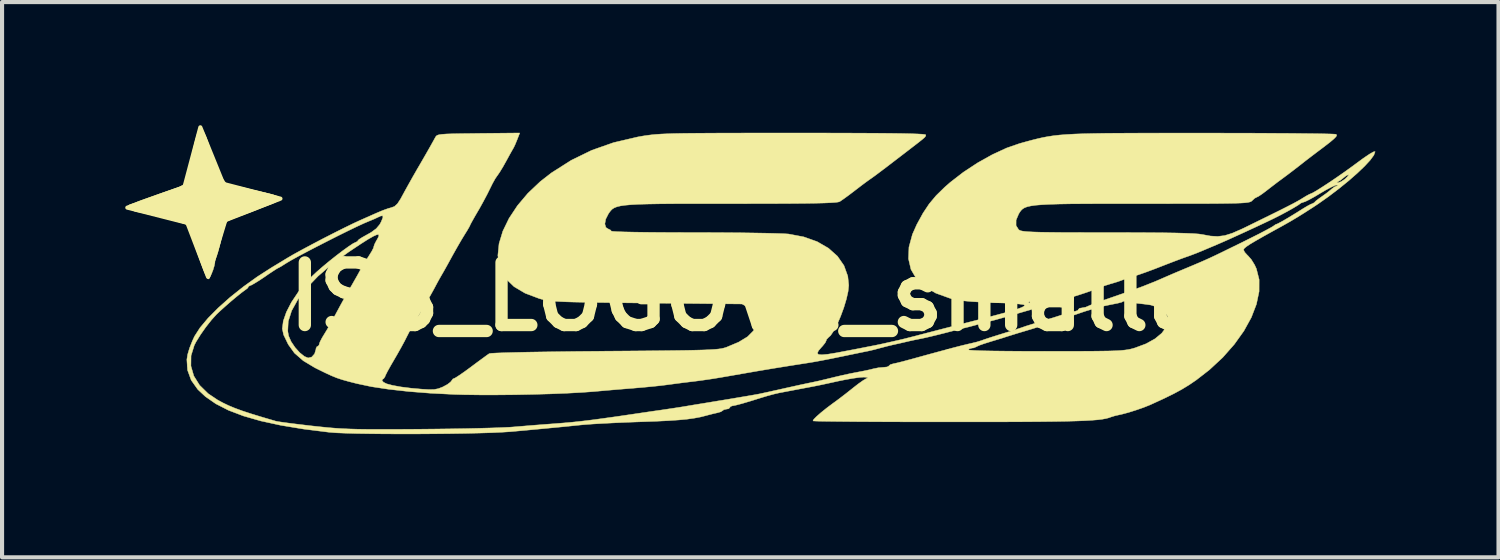
<source format=kicad_pcb>
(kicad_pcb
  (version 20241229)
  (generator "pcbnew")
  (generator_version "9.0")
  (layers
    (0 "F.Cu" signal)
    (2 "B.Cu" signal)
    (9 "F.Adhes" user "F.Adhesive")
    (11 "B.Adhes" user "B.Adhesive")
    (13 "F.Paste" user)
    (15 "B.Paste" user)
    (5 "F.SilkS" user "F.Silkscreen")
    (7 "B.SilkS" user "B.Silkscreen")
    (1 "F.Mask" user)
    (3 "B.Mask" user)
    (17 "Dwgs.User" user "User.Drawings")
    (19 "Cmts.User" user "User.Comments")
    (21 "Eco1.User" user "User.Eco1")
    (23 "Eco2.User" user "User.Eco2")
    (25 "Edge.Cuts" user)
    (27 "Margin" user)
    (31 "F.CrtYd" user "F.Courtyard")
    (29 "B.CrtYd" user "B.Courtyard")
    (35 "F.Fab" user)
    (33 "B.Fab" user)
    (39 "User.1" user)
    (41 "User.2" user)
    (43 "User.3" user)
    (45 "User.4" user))
  (footprint "ISS_LOGOV2_smaller"
    (layer "F.Cu")
    (at 15.585 4.175)
    (property "Reference" "ISS_LOGOV2_smaller" (at 0 0 0) (layer "F.SilkS") (effects (font (size 1.524 1.524) (thickness 0.3))))
    (attr through_hole)
    (fp_poly (pts (xy -13.198 -2.748) (xy -11.806 -2.388) (xy -13.147 -1.864) (xy -13.569 -0.483) (xy -14.072 -1.798) (xy -15.535 -2.169) (xy -14.143 -2.672) (xy -13.757 -4.125)) (stroke (width 0.1) (type solid)) (fill yes) (layer "F.SilkS"))
    (fp_poly (pts (xy -13.682 -4.026) (xy -13.62 -3.898) (xy -13.576 -3.775) (xy -13.528 -3.635) (xy -13.48 -3.506) (xy -13.461 -3.458) (xy -13.422 -3.363) (xy -13.367 -3.224) (xy -13.308 -3.071) (xy -13.307 -3.067) (xy -13.223 -2.883) (xy -13.132 -2.767) (xy -13.023 -2.708) (xy -12.923 -2.696) (xy -12.844 -2.686) (xy -12.723 -2.661) (xy -12.647 -2.642) (xy -12.489 -2.602) (xy -12.307 -2.561) (xy -12.212 -2.54) (xy -12.012 -2.492) (xy -11.878 -2.444) (xy -11.815 -2.396) (xy -11.812 -2.372) (xy -11.852 -2.34) (xy -11.946 -2.293) (xy -12.073 -2.24) (xy -12.076 -2.239) (xy -12.217 -2.185) (xy -12.337 -2.138) (xy -12.407 -2.11) (xy -12.48 -2.081) (xy -12.603 -2.035) (xy -12.751 -1.981) (xy -12.778 -1.971) (xy -12.922 -1.917) (xy -13.038 -1.869) (xy -13.106 -1.836) (xy -13.113 -1.832) (xy -13.139 -1.782) (xy -13.176 -1.674) (xy -13.217 -1.526) (xy -13.244 -1.418) (xy -13.285 -1.248) (xy -13.324 -1.102) (xy -13.356 -1) (xy -13.368 -0.968) (xy -13.399 -0.874) (xy -13.403 -0.832) (xy -13.417 -0.753) (xy -13.449 -0.647) (xy -13.492 -0.541) (xy -13.533 -0.46) (xy -13.562 -0.43) (xy -13.591 -0.463) (xy -13.636 -0.551) (xy -13.679 -0.655) (xy -13.728 -0.787) (xy -13.793 -0.967) (xy -13.864 -1.167) (xy -13.911 -1.302) (xy -13.972 -1.473) (xy -14.027 -1.617) (xy -14.07 -1.717) (xy -14.092 -1.757) (xy -14.139 -1.776) (xy -14.247 -1.809) (xy -14.398 -1.851) (xy -14.577 -1.899) (xy -14.767 -1.947) (xy -14.953 -1.993) (xy -15.118 -2.032) (xy -15.246 -2.059) (xy -15.32 -2.071) (xy -15.326 -2.071) (xy -15.394 -2.098) (xy -15.454 -2.148) (xy -15.501 -2.206) (xy -15.498 -2.217) (xy -15.322 -2.217) (xy -15.286 -2.195) (xy -15.185 -2.161) (xy -15.025 -2.117) (xy -14.813 -2.066) (xy -14.576 -2.013) (xy -14.387 -1.97) (xy -14.225 -1.927) (xy -14.106 -1.891) (xy -14.046 -1.864) (xy -14.043 -1.862) (xy -14.014 -1.81) (xy -13.964 -1.7) (xy -13.9 -1.547) (xy -13.829 -1.366) (xy -13.815 -1.329) (xy -13.743 -1.138) (xy -13.678 -0.967) (xy -13.626 -0.831) (xy -13.595 -0.749) (xy -13.592 -0.743) (xy -13.553 -0.645) (xy -13.498 -0.777) (xy -13.46 -0.892) (xy -13.443 -0.994) (xy -13.442 -0.999) (xy -13.427 -1.111) (xy -13.407 -1.18) (xy -13.383 -1.263) (xy -13.353 -1.395) (xy -13.323 -1.548) (xy -13.323 -1.552) (xy -13.29 -1.709) (xy -13.247 -1.823) (xy -13.18 -1.906) (xy -13.074 -1.973) (xy -12.916 -2.036) (xy -12.759 -2.087) (xy -12.597 -2.139) (xy -12.458 -2.186) (xy -12.363 -2.221) (xy -12.339 -2.232) (xy -12.249 -2.262) (xy -12.209 -2.266) (xy -12.155 -2.283) (xy -12.096 -2.32) (xy -12.055 -2.359) (xy -12.054 -2.383) (xy -12.062 -2.385) (xy -12.137 -2.396) (xy -12.264 -2.425) (xy -12.428 -2.468) (xy -12.612 -2.518) (xy -12.801 -2.573) (xy -12.979 -2.627) (xy -13.13 -2.676) (xy -13.239 -2.715) (xy -13.289 -2.739) (xy -13.29 -2.741) (xy -13.319 -2.806) (xy -13.359 -2.918) (xy -13.388 -3.009) (xy -13.453 -3.209) (xy -13.53 -3.411) (xy -13.631 -3.645) (xy -13.659 -3.706) (xy -13.738 -3.881) (xy -13.788 -3.709) (xy -13.829 -3.572) (xy -13.867 -3.444) (xy -13.875 -3.416) (xy -13.901 -3.303) (xy -13.911 -3.214) (xy -13.926 -3.138) (xy -13.945 -3.11) (xy -13.971 -3.061) (xy -13.995 -2.965) (xy -14 -2.93) (xy -14.038 -2.776) (xy -14.1 -2.656) (xy -14.176 -2.588) (xy -14.215 -2.579) (xy -14.3 -2.561) (xy -14.38 -2.529) (xy -14.465 -2.493) (xy -14.598 -2.445) (xy -14.752 -2.394) (xy -14.771 -2.388) (xy -14.92 -2.34) (xy -15.046 -2.297) (xy -15.125 -2.266) (xy -15.132 -2.262) (xy -15.228 -2.233) (xy -15.288 -2.226) (xy -15.322 -2.217) (xy -15.498 -2.217) (xy -15.492 -2.233) (xy -15.45 -2.25) (xy -15.35 -2.286) (xy -15.299 -2.307) (xy -15.231 -2.333) (xy -15.107 -2.378) (xy -14.946 -2.435) (xy -14.766 -2.499) (xy -14.585 -2.562) (xy -14.421 -2.618) (xy -14.293 -2.661) (xy -14.272 -2.668) (xy -14.165 -2.728) (xy -14.122 -2.811) (xy -14.092 -2.932) (xy -14.069 -3.009) (xy -14.043 -3.103) (xy -14.011 -3.236) (xy -13.992 -3.322) (xy -13.932 -3.589) (xy -13.879 -3.807) (xy -13.833 -3.968) (xy -13.798 -4.064) (xy -13.785 -4.084) (xy -13.739 -4.09) (xy -13.682 -4.026)) (stroke (width 0.01) (type solid)) (fill yes) (layer "F.SilkS"))
    (fp_poly (pts (xy -6.044 -3.82) (xy -6.089 -3.711) (xy -6.126 -3.632) (xy -6.136 -3.615) (xy -6.166 -3.563) (xy -6.222 -3.463) (xy -6.293 -3.333) (xy -6.31 -3.302) (xy -6.389 -3.161) (xy -6.464 -3.038) (xy -6.519 -2.957) (xy -6.525 -2.95) (xy -6.577 -2.874) (xy -6.644 -2.754) (xy -6.701 -2.638) (xy -6.773 -2.493) (xy -6.868 -2.314) (xy -6.969 -2.132) (xy -7 -2.08) (xy -7.082 -1.939) (xy -7.146 -1.825) (xy -7.184 -1.754) (xy -7.19 -1.738) (xy -7.209 -1.699) (xy -7.259 -1.613) (xy -7.32 -1.515) (xy -7.398 -1.387) (xy -7.496 -1.218) (xy -7.598 -1.037) (xy -7.642 -0.957) (xy -7.728 -0.8) (xy -7.805 -0.662) (xy -7.862 -0.562) (xy -7.882 -0.528) (xy -7.938 -0.43) (xy -7.981 -0.352) (xy -8.07 -0.185) (xy -8.184 0.021) (xy -8.309 0.239) (xy -8.428 0.442) (xy -8.491 0.544) (xy -8.582 0.698) (xy -8.669 0.855) (xy -8.73 0.974) (xy -8.785 1.083) (xy -8.868 1.236) (xy -8.966 1.41) (xy -9.037 1.532) (xy -9.127 1.687) (xy -9.2 1.818) (xy -9.247 1.911) (xy -9.261 1.948) (xy -9.292 1.995) (xy -9.31 2.005) (xy -9.336 2.032) (xy -9.3 2.08) (xy -9.222 2.12) (xy -9.076 2.159) (xy -8.873 2.196) (xy -8.621 2.228) (xy -8.361 2.251) (xy -8.185 2.261) (xy -8.061 2.258) (xy -7.962 2.239) (xy -7.861 2.2) (xy -7.848 2.194) (xy -7.739 2.135) (xy -7.664 2.077) (xy -7.645 2.053) (xy -7.605 2) (xy -7.583 1.993) (xy -7.539 1.971) (xy -7.445 1.91) (xy -7.317 1.821) (xy -7.167 1.711) (xy -7.162 1.707) (xy -7.009 1.593) (xy -6.875 1.495) (xy -6.774 1.421) (xy -6.721 1.385) (xy -6.672 1.378) (xy -6.55 1.371) (xy -6.359 1.364) (xy -6.106 1.357) (xy -5.796 1.35) (xy -5.432 1.344) (xy -5.021 1.338) (xy -4.568 1.332) (xy -4.077 1.328) (xy -3.908 1.326) (xy -3.375 1.322) (xy -2.915 1.318) (xy -2.522 1.314) (xy -2.189 1.31) (xy -1.912 1.306) (xy -1.683 1.301) (xy -1.498 1.296) (xy -1.35 1.289) (xy -1.234 1.282) (xy -1.144 1.274) (xy -1.074 1.264) (xy -1.018 1.252) (xy -0.971 1.239) (xy -0.938 1.227) (xy -0.648 1.105) (xy -0.432 0.974) (xy -0.288 0.829) (xy -0.212 0.668) (xy -0.202 0.488) (xy -0.202 0.484) (xy -0.23 0.401) (xy -0.302 0.33) (xy -0.391 0.275) (xy -0.567 0.177) (xy -2.892 0.154) (xy -3.377 0.149) (xy -3.791 0.144) (xy -4.14 0.14) (xy -4.431 0.135) (xy -4.67 0.13) (xy -4.864 0.124) (xy -5.019 0.117) (xy -5.143 0.11) (xy -5.241 0.1) (xy -5.321 0.089) (xy -5.388 0.075) (xy -5.45 0.06) (xy -5.506 0.044) (xy -5.848 -0.085) (xy -6.118 -0.245) (xy -6.318 -0.439) (xy -6.448 -0.664) (xy -6.474 -0.74) (xy -6.512 -1.006) (xy -6.483 -1.294) (xy -6.391 -1.597) (xy -6.24 -1.908) (xy -6.035 -2.218) (xy -5.781 -2.519) (xy -5.481 -2.803) (xy -5.209 -3.015) (xy -4.726 -3.322) (xy -4.226 -3.566) (xy -3.694 -3.753) (xy -3.113 -3.889) (xy -3.016 -3.907) (xy -2.929 -3.921) (xy -2.844 -3.933) (xy -2.754 -3.944) (xy -2.654 -3.953) (xy -2.538 -3.961) (xy -2.4 -3.967) (xy -2.234 -3.973) (xy -2.036 -3.977) (xy -1.799 -3.98) (xy -1.517 -3.982) (xy -1.185 -3.984) (xy -0.797 -3.985) (xy -0.347 -3.986) (xy 0.171 -3.986) (xy 0.678 -3.986) (xy 1.297 -3.986) (xy 1.841 -3.985) (xy 2.313 -3.983) (xy 2.716 -3.981) (xy 3.055 -3.978) (xy 3.332 -3.974) (xy 3.551 -3.969) (xy 3.715 -3.963) (xy 3.826 -3.957) (xy 3.89 -3.949) (xy 3.908 -3.941) (xy 3.907 -3.922) (xy 3.899 -3.903) (xy 3.875 -3.875) (xy 3.825 -3.832) (xy 3.74 -3.764) (xy 3.612 -3.665) (xy 3.434 -3.528) (xy 3.169 -3.325) (xy 2.959 -3.164) (xy 2.796 -3.041) (xy 2.676 -2.951) (xy 2.59 -2.889) (xy 2.538 -2.853) (xy 2.467 -2.802) (xy 2.355 -2.719) (xy 2.222 -2.617) (xy 2.172 -2.579) (xy 2.037 -2.476) (xy 1.915 -2.387) (xy 1.828 -2.327) (xy 1.808 -2.315) (xy 1.772 -2.305) (xy 1.701 -2.296) (xy 1.59 -2.289) (xy 1.434 -2.282) (xy 1.23 -2.277) (xy 0.971 -2.273) (xy 0.654 -2.27) (xy 0.274 -2.268) (xy -0.174 -2.267) (xy -0.694 -2.266) (xy -0.833 -2.266) (xy -1.369 -2.266) (xy -1.833 -2.266) (xy -2.23 -2.265) (xy -2.566 -2.262) (xy -2.847 -2.257) (xy -3.077 -2.251) (xy -3.263 -2.241) (xy -3.41 -2.228) (xy -3.523 -2.212) (xy -3.61 -2.191) (xy -3.674 -2.166) (xy -3.723 -2.136) (xy -3.76 -2.1) (xy -3.793 -2.058) (xy -3.82 -2.019) (xy -3.886 -1.889) (xy -3.907 -1.772) (xy -3.881 -1.686) (xy -3.83 -1.653) (xy -3.766 -1.622) (xy -3.751 -1.598) (xy -3.713 -1.591) (xy -3.604 -1.584) (xy -3.43 -1.578) (xy -3.197 -1.573) (xy -2.914 -1.569) (xy -2.585 -1.566) (xy -2.218 -1.564) (xy -1.82 -1.563) (xy -1.749 -1.563) (xy -1.349 -1.562) (xy -0.963 -1.56) (xy -0.6 -1.557) (xy -0.269 -1.552) (xy 0.021 -1.547) (xy 0.26 -1.541) (xy 0.441 -1.535) (xy 0.555 -1.528) (xy 0.567 -1.527) (xy 0.937 -1.457) (xy 1.263 -1.341) (xy 1.538 -1.182) (xy 1.757 -0.987) (xy 1.916 -0.758) (xy 2.009 -0.5) (xy 2.032 -0.279) (xy 2.016 -0.127) (xy 1.974 0.06) (xy 1.912 0.266) (xy 1.835 0.475) (xy 1.752 0.669) (xy 1.667 0.831) (xy 1.589 0.946) (xy 1.54 0.989) (xy 1.491 1.041) (xy 1.485 1.065) (xy 1.46 1.119) (xy 1.396 1.2) (xy 1.369 1.229) (xy 1.295 1.314) (xy 1.269 1.373) (xy 1.294 1.406) (xy 1.378 1.414) (xy 1.525 1.4) (xy 1.74 1.365) (xy 1.839 1.346) (xy 2.133 1.29) (xy 2.361 1.246) (xy 2.537 1.211) (xy 2.672 1.185) (xy 2.778 1.163) (xy 2.867 1.144) (xy 2.911 1.134) (xy 3.054 1.102) (xy 3.211 1.066) (xy 3.243 1.059) (xy 3.383 1.026) (xy 3.551 0.983) (xy 3.654 0.957) (xy 3.754 0.93) (xy 3.918 0.888) (xy 4.132 0.832) (xy 4.383 0.767) (xy 4.66 0.696) (xy 4.943 0.624) (xy 5.309 0.53) (xy 5.606 0.452) (xy 5.841 0.389) (xy 6.02 0.337) (xy 6.15 0.296) (xy 6.239 0.263) (xy 6.292 0.236) (xy 6.317 0.212) (xy 6.321 0.206) (xy 6.287 0.192) (xy 6.184 0.178) (xy 6.021 0.165) (xy 5.805 0.153) (xy 5.56 0.144) (xy 5.384 0.137) (xy 6.409 0.137) (xy 6.428 0.156) (xy 6.448 0.137) (xy 6.428 0.117) (xy 6.409 0.137) (xy 5.384 0.137) (xy 5.257 0.132) (xy 5.018 0.118) (xy 4.828 0.1) (xy 4.672 0.078) (xy 4.537 0.049) (xy 4.494 0.037) (xy 4.153 -0.086) (xy 3.882 -0.245) (xy 3.679 -0.439) (xy 3.547 -0.665) (xy 3.487 -0.923) (xy 3.498 -1.208) (xy 3.583 -1.52) (xy 3.689 -1.758) (xy 3.84 -2.034) (xy 3.991 -2.261) (xy 4.161 -2.464) (xy 4.369 -2.667) (xy 4.505 -2.786) (xy 4.822 -3.031) (xy 5.17 -3.26) (xy 5.528 -3.46) (xy 5.876 -3.621) (xy 6.194 -3.731) (xy 6.352 -3.775) (xy 6.493 -3.813) (xy 6.625 -3.846) (xy 6.752 -3.875) (xy 6.88 -3.899) (xy 7.017 -3.92) (xy 7.167 -3.937) (xy 7.336 -3.95) (xy 7.531 -3.961) (xy 7.757 -3.969) (xy 8.021 -3.975) (xy 8.328 -3.98) (xy 8.685 -3.982) (xy 9.097 -3.984) (xy 9.57 -3.984) (xy 10.111 -3.985) (xy 10.609 -3.985) (xy 11.107 -3.984) (xy 11.582 -3.983) (xy 12.029 -3.982) (xy 12.442 -3.979) (xy 12.816 -3.977) (xy 13.144 -3.973) (xy 13.421 -3.97) (xy 13.64 -3.966) (xy 13.796 -3.962) (xy 13.884 -3.957) (xy 13.9 -3.954) (xy 13.914 -3.933) (xy 13.899 -3.899) (xy 13.848 -3.846) (xy 13.754 -3.766) (xy 13.611 -3.655) (xy 13.411 -3.505) (xy 13.401 -3.497) (xy 13.286 -3.41) (xy 13.143 -3.3) (xy 13.021 -3.204) (xy 12.874 -3.09) (xy 12.719 -2.972) (xy 12.61 -2.891) (xy 12.473 -2.79) (xy 12.316 -2.67) (xy 12.212 -2.589) (xy 12.101 -2.505) (xy 12.013 -2.446) (xy 11.966 -2.423) (xy 11.966 -2.423) (xy 11.916 -2.397) (xy 11.86 -2.345) (xy 11.844 -2.329) (xy 11.823 -2.316) (xy 11.792 -2.305) (xy 11.743 -2.295) (xy 11.673 -2.287) (xy 11.575 -2.281) (xy 11.443 -2.276) (xy 11.271 -2.273) (xy 11.055 -2.27) (xy 10.788 -2.268) (xy 10.465 -2.267) (xy 10.079 -2.267) (xy 9.626 -2.266) (xy 9.204 -2.266) (xy 8.661 -2.266) (xy 8.19 -2.266) (xy 7.787 -2.264) (xy 7.445 -2.262) (xy 7.159 -2.257) (xy 6.924 -2.25) (xy 6.734 -2.24) (xy 6.583 -2.228) (xy 6.466 -2.211) (xy 6.378 -2.191) (xy 6.312 -2.166) (xy 6.264 -2.136) (xy 6.227 -2.1) (xy 6.197 -2.059) (xy 6.171 -2.017) (xy 6.107 -1.866) (xy 6.106 -1.734) (xy 6.168 -1.635) (xy 6.183 -1.624) (xy 6.21 -1.61) (xy 6.253 -1.599) (xy 6.318 -1.59) (xy 6.412 -1.582) (xy 6.542 -1.576) (xy 6.712 -1.571) (xy 6.93 -1.568) (xy 7.201 -1.565) (xy 7.533 -1.564) (xy 7.931 -1.563) (xy 8.346 -1.563) (xy 8.867 -1.562) (xy 9.313 -1.56) (xy 9.688 -1.557) (xy 9.996 -1.552) (xy 10.242 -1.545) (xy 10.428 -1.537) (xy 10.558 -1.527) (xy 10.633 -1.516) (xy 10.84 -1.478) (xy 11.016 -1.468) (xy 11.186 -1.489) (xy 11.369 -1.546) (xy 11.589 -1.642) (xy 11.668 -1.679) (xy 12.014 -1.849) (xy 12.297 -1.988) (xy 12.526 -2.101) (xy 12.706 -2.192) (xy 12.846 -2.264) (xy 12.953 -2.322) (xy 13.034 -2.368) (xy 13.08 -2.397) (xy 13.179 -2.457) (xy 13.248 -2.494) (xy 13.265 -2.501) (xy 13.318 -2.523) (xy 13.422 -2.582) (xy 13.566 -2.673) (xy 13.736 -2.784) (xy 13.913 -2.784) (xy 13.95 -2.778) (xy 14.017 -2.8) (xy 14.105 -2.858) (xy 14.123 -2.872) (xy 14.185 -2.933) (xy 14.204 -2.967) (xy 14.198 -2.97) (xy 14.144 -2.946) (xy 14.083 -2.898) (xy 14.003 -2.834) (xy 13.949 -2.803) (xy 13.913 -2.784) (xy 13.736 -2.784) (xy 13.738 -2.785) (xy 13.926 -2.913) (xy 14.118 -3.047) (xy 14.304 -3.181) (xy 14.371 -3.231) (xy 14.566 -3.374) (xy 14.713 -3.473) (xy 14.808 -3.527) (xy 14.848 -3.534) (xy 14.849 -3.53) (xy 14.818 -3.446) (xy 14.73 -3.326) (xy 14.593 -3.178) (xy 14.415 -3.008) (xy 14.205 -2.824) (xy 13.971 -2.634) (xy 13.72 -2.443) (xy 13.461 -2.26) (xy 13.339 -2.179) (xy 13.129 -2.044) (xy 12.952 -1.934) (xy 12.781 -1.832) (xy 12.59 -1.724) (xy 12.397 -1.618) (xy 12.139 -1.475) (xy 11.943 -1.363) (xy 11.802 -1.279) (xy 11.71 -1.217) (xy 11.66 -1.173) (xy 11.645 -1.143) (xy 11.645 -1.143) (xy 11.673 -1.084) (xy 11.741 -1.009) (xy 11.757 -0.994) (xy 11.835 -0.905) (xy 11.915 -0.775) (xy 11.958 -0.682) (xy 12.025 -0.418) (xy 12.024 -0.127) (xy 11.959 0.183) (xy 11.835 0.505) (xy 11.654 0.833) (xy 11.421 1.159) (xy 11.14 1.478) (xy 10.813 1.781) (xy 10.492 2.03) (xy 10.32 2.147) (xy 10.143 2.255) (xy 9.945 2.362) (xy 9.709 2.478) (xy 9.419 2.611) (xy 9.359 2.638) (xy 9.211 2.697) (xy 9.03 2.76) (xy 8.846 2.818) (xy 8.689 2.86) (xy 8.636 2.872) (xy 8.519 2.898) (xy 8.424 2.927) (xy 8.421 2.928) (xy 8.363 2.949) (xy 8.293 2.967) (xy 8.205 2.983) (xy 8.094 2.997) (xy 7.956 3.008) (xy 7.786 3.018) (xy 7.578 3.026) (xy 7.328 3.033) (xy 7.031 3.038) (xy 6.682 3.042) (xy 6.276 3.045) (xy 5.808 3.047) (xy 5.273 3.048) (xy 4.667 3.048) (xy 4.48 3.048) (xy 3.979 3.048) (xy 3.501 3.047) (xy 3.052 3.046) (xy 2.636 3.044) (xy 2.26 3.042) (xy 1.93 3.039) (xy 1.651 3.036) (xy 1.43 3.033) (xy 1.271 3.03) (xy 1.18 3.026) (xy 1.161 3.024) (xy 1.177 2.989) (xy 1.246 2.919) (xy 1.355 2.823) (xy 1.493 2.712) (xy 1.649 2.595) (xy 1.705 2.555) (xy 1.811 2.476) (xy 1.952 2.368) (xy 2.1 2.251) (xy 2.136 2.222) (xy 2.267 2.12) (xy 2.382 2.039) (xy 2.465 1.99) (xy 2.484 1.982) (xy 2.497 1.97) (xy 2.444 1.961) (xy 2.397 1.958) (xy 2.293 1.965) (xy 2.136 1.987) (xy 1.948 2.02) (xy 1.771 2.056) (xy 1.572 2.1) (xy 1.382 2.141) (xy 1.225 2.173) (xy 1.133 2.191) (xy 0.942 2.227) (xy 0.709 2.271) (xy 0.473 2.316) (xy 0.332 2.343) (xy 0.21 2.371) (xy 0.052 2.414) (xy -0.078 2.453) (xy -0.357 2.54) (xy -0.566 2.602) (xy -0.711 2.64) (xy -0.793 2.657) (xy -0.806 2.657) (xy -0.855 2.68) (xy -0.86 2.696) (xy -0.892 2.728) (xy -0.936 2.735) (xy -1.009 2.751) (xy -1.033 2.77) (xy -1.083 2.802) (xy -1.162 2.825) (xy -1.272 2.85) (xy -1.404 2.884) (xy -1.426 2.89) (xy -1.569 2.927) (xy -1.722 2.956) (xy -1.897 2.981) (xy -2.105 3.001) (xy -2.357 3.018) (xy -2.663 3.033) (xy -3.036 3.046) (xy -3.068 3.047) (xy -3.368 3.058) (xy -3.665 3.071) (xy -3.944 3.085) (xy -4.189 3.099) (xy -4.382 3.113) (xy -4.474 3.121) (xy -4.897 3.164) (xy -5.368 3.209) (xy -5.858 3.255) (xy -6.213 3.287) (xy -6.404 3.299) (xy -6.657 3.311) (xy -6.961 3.32) (xy -7.305 3.328) (xy -7.679 3.334) (xy -8.072 3.338) (xy -8.473 3.341) (xy -8.871 3.341) (xy -9.256 3.34) (xy -9.617 3.336) (xy -9.943 3.331) (xy -10.224 3.323) (xy -10.448 3.314) (xy -10.605 3.302) (xy -10.609 3.302) (xy -11.24 3.223) (xy -11.797 3.131) (xy -12.285 3.025) (xy -12.709 2.903) (xy -13.072 2.765) (xy -13.379 2.608) (xy -13.634 2.431) (xy -13.819 2.258) (xy -13.979 2.033) (xy -14.069 1.787) (xy -14.075 1.687) (xy -13.986 1.687) (xy -13.916 1.929) (xy -13.775 2.155) (xy -13.566 2.36) (xy -13.333 2.516) (xy -13.201 2.587) (xy -13.065 2.652) (xy -12.915 2.714) (xy -12.738 2.779) (xy -12.522 2.85) (xy -12.254 2.932) (xy -11.923 3.029) (xy -11.921 3.03) (xy -11.854 3.043) (xy -11.722 3.062) (xy -11.54 3.086) (xy -11.32 3.113) (xy -11.076 3.142) (xy -11.022 3.148) (xy -10.825 3.169) (xy -10.647 3.187) (xy -10.478 3.201) (xy -10.308 3.212) (xy -10.127 3.22) (xy -9.925 3.226) (xy -9.691 3.229) (xy -9.416 3.23) (xy -9.089 3.23) (xy -8.701 3.228) (xy -8.421 3.226) (xy -8.033 3.222) (xy -7.651 3.217) (xy -7.286 3.211) (xy -6.95 3.203) (xy -6.653 3.195) (xy -6.405 3.186) (xy -6.218 3.177) (xy -6.135 3.171) (xy -5.895 3.151) (xy -5.614 3.128) (xy -5.329 3.106) (xy -5.1 3.089) (xy -4.921 3.075) (xy -4.748 3.06) (xy -4.571 3.042) (xy -4.379 3.02) (xy -4.161 2.993) (xy -3.906 2.958) (xy -3.604 2.916) (xy -3.244 2.863) (xy -2.911 2.814) (xy -2.742 2.789) (xy -2.544 2.761) (xy -2.403 2.74) (xy -2.216 2.712) (xy -2.016 2.681) (xy -1.885 2.659) (xy -1.706 2.629) (xy -1.515 2.598) (xy -1.417 2.582) (xy -1.158 2.539) (xy -0.9 2.497) (xy -0.658 2.456) (xy -0.444 2.42) (xy -0.271 2.39) (xy -0.155 2.369) (xy -0.117 2.361) (xy -0.016 2.339) (xy 0.114 2.311) (xy 0.147 2.303) (xy 0.297 2.27) (xy 0.458 2.234) (xy 0.488 2.227) (xy 0.647 2.192) (xy 0.812 2.155) (xy 0.84 2.149) (xy 0.995 2.116) (xy 1.153 2.083) (xy 1.182 2.077) (xy 1.302 2.051) (xy 1.465 2.012) (xy 1.638 1.97) (xy 1.661 1.964) (xy 1.856 1.918) (xy 2.066 1.872) (xy 2.247 1.837) (xy 2.247 1.837) (xy 2.403 1.807) (xy 2.543 1.777) (xy 2.634 1.754) (xy 2.758 1.729) (xy 2.878 1.719) (xy 2.966 1.71) (xy 3.008 1.688) (xy 3.009 1.685) (xy 3.043 1.654) (xy 3.116 1.632) (xy 3.205 1.613) (xy 3.342 1.579) (xy 3.501 1.536) (xy 3.536 1.527) (xy 3.945 1.414) (xy 4.284 1.322) (xy 4.404 1.29) (xy 4.943 1.29) (xy 4.975 1.3) (xy 5.085 1.308) (xy 5.272 1.316) (xy 5.536 1.321) (xy 5.876 1.325) (xy 6.291 1.328) (xy 6.782 1.329) (xy 6.822 1.329) (xy 7.259 1.328) (xy 7.625 1.328) (xy 7.927 1.327) (xy 8.174 1.324) (xy 8.373 1.321) (xy 8.53 1.316) (xy 8.655 1.309) (xy 8.753 1.299) (xy 8.833 1.288) (xy 8.902 1.274) (xy 8.967 1.256) (xy 9.002 1.246) (xy 9.273 1.145) (xy 9.49 1.024) (xy 9.653 0.889) (xy 9.759 0.748) (xy 9.806 0.609) (xy 9.795 0.477) (xy 9.722 0.361) (xy 9.587 0.267) (xy 9.387 0.202) (xy 9.222 0.179) (xy 9.068 0.162) (xy 8.919 0.137) (xy 8.861 0.124) (xy 8.768 0.107) (xy 8.717 0.109) (xy 8.714 0.114) (xy 8.679 0.133) (xy 8.584 0.158) (xy 8.449 0.185) (xy 8.412 0.192) (xy 8.237 0.229) (xy 8.024 0.284) (xy 7.809 0.348) (xy 7.718 0.378) (xy 7.33 0.511) (xy 7.001 0.621) (xy 6.715 0.715) (xy 6.458 0.795) (xy 6.311 0.839) (xy 6.144 0.889) (xy 5.996 0.935) (xy 5.89 0.968) (xy 5.862 0.977) (xy 5.777 1.005) (xy 5.644 1.045) (xy 5.49 1.092) (xy 5.471 1.098) (xy 5.327 1.143) (xy 5.211 1.184) (xy 5.146 1.214) (xy 5.141 1.218) (xy 5.072 1.247) (xy 5.035 1.25) (xy 4.964 1.27) (xy 4.943 1.29) (xy 4.404 1.29) (xy 4.558 1.248) (xy 4.774 1.192) (xy 4.936 1.153) (xy 5.024 1.133) (xy 5.151 1.102) (xy 5.262 1.068) (xy 5.278 1.062) (xy 5.354 1.035) (xy 5.484 0.992) (xy 5.649 0.94) (xy 5.783 0.898) (xy 5.959 0.844) (xy 6.112 0.795) (xy 6.225 0.758) (xy 6.272 0.742) (xy 6.346 0.716) (xy 6.471 0.677) (xy 6.62 0.631) (xy 6.643 0.624) (xy 6.838 0.565) (xy 7.052 0.498) (xy 7.217 0.445) (xy 7.361 0.399) (xy 7.481 0.366) (xy 7.554 0.352) (xy 7.559 0.352) (xy 7.612 0.331) (xy 7.62 0.313) (xy 7.653 0.281) (xy 7.699 0.274) (xy 7.801 0.255) (xy 7.845 0.236) (xy 7.909 0.208) (xy 8.028 0.162) (xy 8.184 0.105) (xy 8.304 0.063) (xy 8.483 0.001) (xy 8.649 -0.057) (xy 8.779 -0.102) (xy 8.831 -0.12) (xy 9.194 -0.252) (xy 9.498 -0.373) (xy 9.632 -0.431) (xy 9.779 -0.495) (xy 9.964 -0.575) (xy 10.157 -0.656) (xy 10.219 -0.682) (xy 10.403 -0.759) (xy 10.554 -0.823) (xy 10.685 -0.88) (xy 10.812 -0.937) (xy 10.949 -1.001) (xy 11.111 -1.079) (xy 11.311 -1.177) (xy 11.565 -1.301) (xy 11.606 -1.321) (xy 11.83 -1.433) (xy 12.029 -1.533) (xy 12.193 -1.619) (xy 12.311 -1.683) (xy 12.374 -1.721) (xy 12.381 -1.727) (xy 12.425 -1.758) (xy 12.427 -1.758) (xy 12.48 -1.779) (xy 12.589 -1.837) (xy 12.744 -1.928) (xy 12.934 -2.044) (xy 13.08 -2.136) (xy 13.194 -2.205) (xy 13.282 -2.252) (xy 13.321 -2.266) (xy 13.369 -2.292) (xy 13.371 -2.296) (xy 13.408 -2.333) (xy 13.489 -2.395) (xy 13.543 -2.433) (xy 13.658 -2.515) (xy 13.758 -2.594) (xy 13.786 -2.619) (xy 13.863 -2.677) (xy 13.92 -2.699) (xy 13.947 -2.709) (xy 13.924 -2.721) (xy 13.873 -2.71) (xy 13.773 -2.664) (xy 13.638 -2.592) (xy 13.521 -2.523) (xy 13.37 -2.433) (xy 13.241 -2.362) (xy 13.15 -2.317) (xy 13.116 -2.306) (xy 13.044 -2.281) (xy 13.03 -2.27) (xy 12.971 -2.228) (xy 12.86 -2.161) (xy 12.715 -2.079) (xy 12.554 -1.993) (xy 12.396 -1.913) (xy 12.368 -1.899) (xy 12.174 -1.806) (xy 11.946 -1.699) (xy 11.702 -1.586) (xy 11.461 -1.476) (xy 11.243 -1.377) (xy 11.067 -1.3) (xy 11 -1.271) (xy 10.901 -1.229) (xy 10.763 -1.171) (xy 10.648 -1.122) (xy 10.491 -1.058) (xy 10.33 -0.997) (xy 10.238 -0.965) (xy 10.127 -0.925) (xy 9.967 -0.865) (xy 9.785 -0.795) (xy 9.664 -0.748) (xy 9.466 -0.671) (xy 9.261 -0.595) (xy 9.08 -0.532) (xy 9 -0.507) (xy 8.855 -0.461) (xy 8.731 -0.42) (xy 8.656 -0.392) (xy 8.57 -0.362) (xy 8.449 -0.325) (xy 8.402 -0.312) (xy 8.251 -0.264) (xy 8.099 -0.207) (xy 8.069 -0.195) (xy 7.97 -0.157) (xy 7.817 -0.103) (xy 7.632 -0.042) (xy 7.444 0.017) (xy 7.255 0.076) (xy 7.086 0.128) (xy 6.954 0.169) (xy 6.878 0.193) (xy 6.878 0.194) (xy 6.775 0.225) (xy 6.647 0.263) (xy 6.624 0.27) (xy 6.52 0.3) (xy 6.365 0.344) (xy 6.183 0.397) (xy 6.057 0.434) (xy 5.873 0.487) (xy 5.703 0.535) (xy 5.57 0.572) (xy 5.51 0.587) (xy 5.377 0.621) (xy 5.233 0.66) (xy 5.217 0.664) (xy 5.076 0.703) (xy 4.938 0.739) (xy 4.924 0.742) (xy 4.827 0.766) (xy 4.679 0.804) (xy 4.503 0.849) (xy 4.396 0.877) (xy 4.206 0.925) (xy 4.021 0.97) (xy 3.868 1.005) (xy 3.81 1.017) (xy 3.65 1.049) (xy 3.485 1.085) (xy 3.439 1.096) (xy 3.288 1.131) (xy 3.136 1.165) (xy 3.107 1.171) (xy 2.958 1.207) (xy 2.806 1.247) (xy 2.794 1.25) (xy 2.646 1.29) (xy 2.494 1.325) (xy 2.481 1.327) (xy 2.383 1.347) (xy 2.229 1.379) (xy 2.04 1.418) (xy 1.835 1.461) (xy 1.817 1.464) (xy 1.599 1.509) (xy 1.383 1.551) (xy 1.193 1.586) (xy 1.055 1.609) (xy 0.6 1.68) (xy 0.191 1.746) (xy -0.202 1.812) (xy -0.547 1.872) (xy -0.845 1.924) (xy -1.082 1.965) (xy -1.276 1.997) (xy -1.444 2.022) (xy -1.6 2.044) (xy -1.763 2.065) (xy -1.817 2.071) (xy -2.015 2.095) (xy -2.22 2.122) (xy -2.394 2.145) (xy -2.423 2.149) (xy -2.561 2.166) (xy -2.753 2.186) (xy -2.973 2.207) (xy -3.196 2.226) (xy -3.204 2.227) (xy -3.455 2.247) (xy -3.73 2.27) (xy -3.993 2.293) (xy -4.181 2.31) (xy -4.474 2.331) (xy -4.829 2.35) (xy -5.229 2.366) (xy -5.658 2.378) (xy -6.098 2.387) (xy -6.534 2.391) (xy -6.949 2.391) (xy -7.327 2.386) (xy -7.574 2.379) (xy -8.149 2.35) (xy -8.683 2.308) (xy -9.167 2.254) (xy -9.591 2.19) (xy -9.945 2.115) (xy -10.146 2.064) (xy -10.303 2.02) (xy -10.438 1.975) (xy -10.572 1.92) (xy -10.727 1.848) (xy -10.926 1.75) (xy -10.973 1.726) (xy -11.249 1.56) (xy -11.465 1.372) (xy -11.612 1.168) (xy -11.627 1.14) (xy -11.68 1.03) (xy -11.723 0.941) (xy -11.729 0.929) (xy -11.748 0.84) (xy -11.628 0.84) (xy -11.607 0.954) (xy -11.547 1.092) (xy -11.451 1.235) (xy -11.337 1.362) (xy -11.221 1.455) (xy -11.132 1.491) (xy -11.045 1.469) (xy -10.975 1.391) (xy -10.942 1.282) (xy -10.942 1.266) (xy -10.919 1.216) (xy -10.902 1.211) (xy -10.867 1.18) (xy -10.863 1.16) (xy -10.844 1.101) (xy -10.793 1.002) (xy -10.745 0.923) (xy -10.672 0.803) (xy -10.58 0.641) (xy -10.483 0.465) (xy -10.447 0.398) (xy -10.349 0.216) (xy -10.246 0.029) (xy -10.155 -0.132) (xy -10.129 -0.176) (xy -10.036 -0.339) (xy -9.936 -0.514) (xy -9.875 -0.625) (xy -9.789 -0.775) (xy -9.696 -0.926) (xy -9.646 -1.004) (xy -9.582 -1.107) (xy -9.541 -1.188) (xy -9.535 -1.214) (xy -9.516 -1.275) (xy -9.468 -1.368) (xy -9.453 -1.392) (xy -9.413 -1.469) (xy -9.411 -1.51) (xy -9.452 -1.513) (xy -9.539 -1.475) (xy -9.676 -1.397) (xy -9.867 -1.275) (xy -10.117 -1.108) (xy -10.157 -1.081) (xy -10.552 -0.791) (xy -10.89 -0.501) (xy -11.168 -0.212) (xy -11.383 0.07) (xy -11.534 0.342) (xy -11.616 0.6) (xy -11.628 0.84) (xy -11.748 0.84) (xy -11.761 0.779) (xy -11.737 0.591) (xy -11.661 0.373) (xy -11.539 0.136) (xy -11.374 -0.111) (xy -11.171 -0.358) (xy -11.044 -0.491) (xy -10.925 -0.603) (xy -10.777 -0.732) (xy -10.612 -0.869) (xy -10.443 -1.003) (xy -10.281 -1.126) (xy -10.141 -1.227) (xy -10.033 -1.298) (xy -9.969 -1.328) (xy -9.965 -1.329) (xy -9.927 -1.352) (xy -9.926 -1.359) (xy -9.894 -1.394) (xy -9.815 -1.445) (xy -9.779 -1.465) (xy -9.597 -1.567) (xy -9.473 -1.659) (xy -9.391 -1.756) (xy -9.355 -1.821) (xy -9.312 -1.926) (xy -9.315 -1.972) (xy -9.368 -1.965) (xy -9.419 -1.941) (xy -9.524 -1.892) (xy -9.645 -1.842) (xy -9.652 -1.839) (xy -9.773 -1.788) (xy -9.948 -1.707) (xy -10.163 -1.603) (xy -10.406 -1.483) (xy -10.661 -1.354) (xy -10.917 -1.223) (xy -11.159 -1.097) (xy -11.375 -0.982) (xy -11.549 -0.886) (xy -11.67 -0.814) (xy -11.689 -0.802) (xy -11.782 -0.743) (xy -11.844 -0.708) (xy -11.856 -0.703) (xy -11.893 -0.683) (xy -11.98 -0.627) (xy -12.102 -0.546) (xy -12.185 -0.488) (xy -12.323 -0.396) (xy -12.44 -0.324) (xy -12.518 -0.281) (xy -12.54 -0.274) (xy -12.581 -0.252) (xy -12.583 -0.244) (xy -12.612 -0.203) (xy -12.676 -0.156) (xy -12.752 -0.1) (xy -12.868 -0.007) (xy -13.007 0.109) (xy -13.15 0.234) (xy -13.281 0.352) (xy -13.363 0.43) (xy -13.487 0.567) (xy -13.624 0.741) (xy -13.754 0.926) (xy -13.86 1.097) (xy -13.904 1.182) (xy -13.983 1.436) (xy -13.986 1.687) (xy -14.075 1.687) (xy -14.085 1.53) (xy -14.066 1.407) (xy -14.019 1.25) (xy -13.949 1.073) (xy -13.898 0.963) (xy -13.764 0.755) (xy -13.569 0.522) (xy -13.322 0.273) (xy -13.034 0.016) (xy -12.713 -0.24) (xy -12.369 -0.487) (xy -12.023 -0.709) (xy -11.877 -0.797) (xy -11.753 -0.872) (xy -11.668 -0.924) (xy -11.645 -0.938) (xy -11.491 -1.028) (xy -11.282 -1.143) (xy -11.037 -1.274) (xy -10.772 -1.413) (xy -10.502 -1.551) (xy -10.247 -1.679) (xy -10.021 -1.789) (xy -9.847 -1.869) (xy -9.711 -1.929) (xy -9.547 -2.002) (xy -9.442 -2.048) (xy -9.305 -2.105) (xy -9.185 -2.148) (xy -9.119 -2.166) (xy -9.031 -2.197) (xy -8.957 -2.264) (xy -8.879 -2.384) (xy -8.857 -2.425) (xy -8.771 -2.583) (xy -8.672 -2.761) (xy -8.575 -2.934) (xy -8.495 -3.073) (xy -8.476 -3.107) (xy -8.413 -3.214) (xy -8.331 -3.356) (xy -8.24 -3.514) (xy -8.153 -3.667) (xy -8.081 -3.796) (xy -8.035 -3.88) (xy -8.03 -3.888) (xy -8.014 -3.912) (xy -7.988 -3.931) (xy -7.943 -3.945) (xy -7.87 -3.955) (xy -7.758 -3.963) (xy -7.6 -3.968) (xy -7.386 -3.972) (xy -7.106 -3.975) (xy -6.984 -3.977) (xy -5.979 -3.987) (xy -6.044 -3.82)) (stroke (width 0.01) (type solid)) (fill yes) (layer "F.SilkS")))
  (gr_rect
    (start -3 -3)
    (end 33.439 10.521)
    (stroke (width 0.1) (type default))
    (fill no)
    (layer "Edge.Cuts")))
</source>
